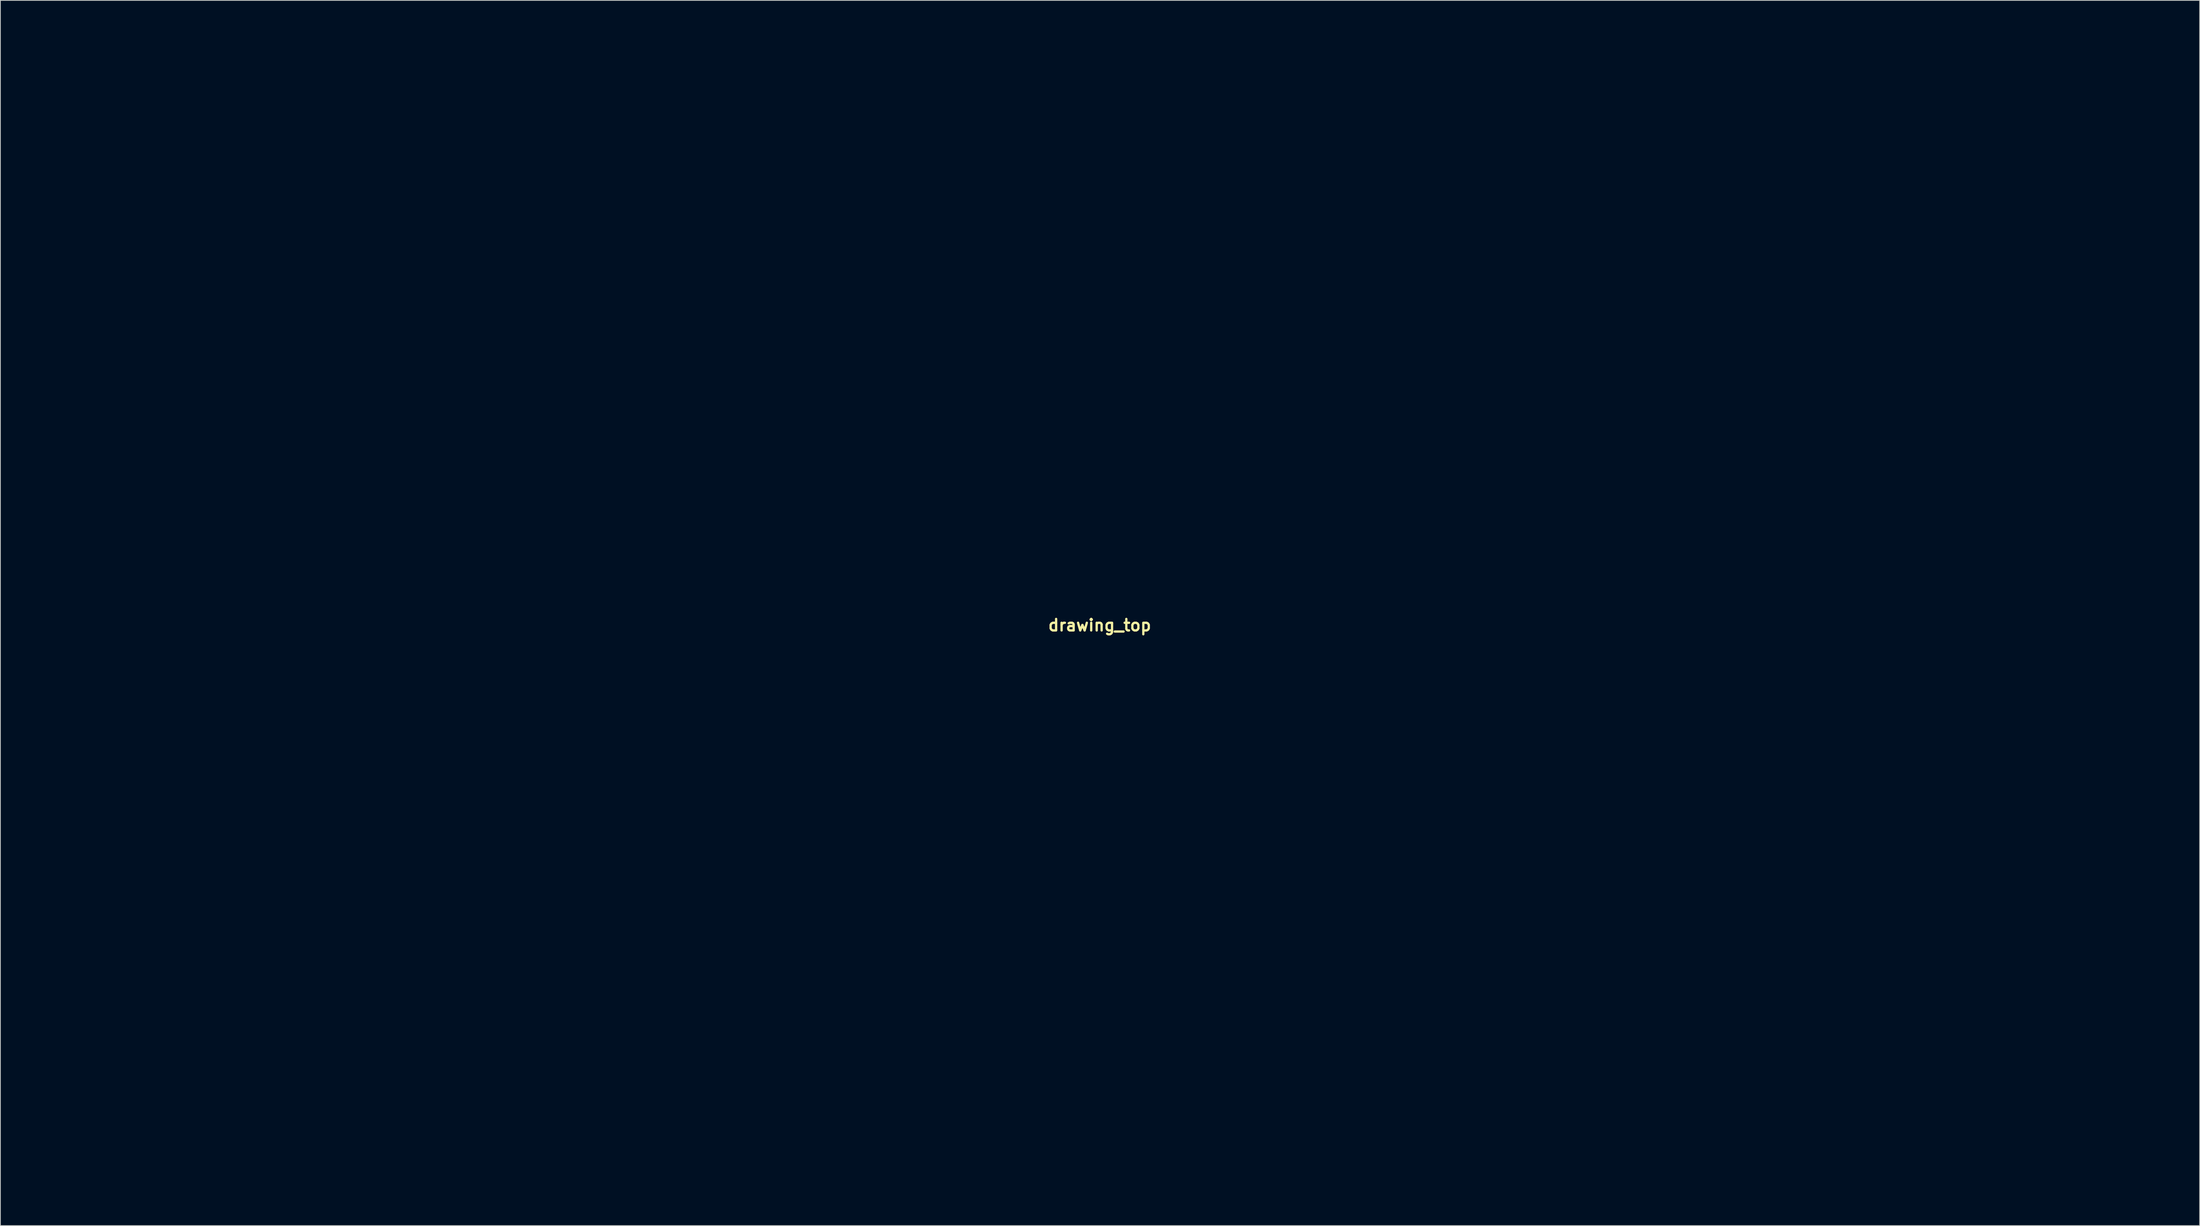
<source format=kicad_pcb>
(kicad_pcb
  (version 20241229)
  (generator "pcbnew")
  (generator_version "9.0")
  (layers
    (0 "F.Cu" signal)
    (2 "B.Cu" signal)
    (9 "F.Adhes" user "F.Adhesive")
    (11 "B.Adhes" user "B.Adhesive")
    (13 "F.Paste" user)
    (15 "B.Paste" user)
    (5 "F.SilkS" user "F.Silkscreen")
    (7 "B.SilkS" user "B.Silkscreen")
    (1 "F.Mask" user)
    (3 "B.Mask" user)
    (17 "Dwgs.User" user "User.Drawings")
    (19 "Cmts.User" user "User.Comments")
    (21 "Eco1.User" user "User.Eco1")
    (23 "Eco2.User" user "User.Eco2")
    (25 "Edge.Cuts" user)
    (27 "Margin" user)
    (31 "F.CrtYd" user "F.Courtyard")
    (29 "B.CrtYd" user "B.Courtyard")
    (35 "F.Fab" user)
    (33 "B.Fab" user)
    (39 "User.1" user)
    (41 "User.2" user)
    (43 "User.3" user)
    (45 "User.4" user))
  (footprint "drawing_top"
    (layer "F.Cu")
    (at 140.168 78.422)
    (property "Reference" "drawing_top" (at 0 0 0) (layer "F.SilkS") (effects (font (size 1.5 1.5) (thickness 0.3))))
    (attr board_only exclude_from_pos_files exclude_from_bom)
    (fp_poly (pts (xy -80.879 -62.038) (xy -80.921 -61.996) (xy -80.963 -62.038) (xy -80.921 -62.08)) (stroke (width 0.1) (type solid)) (fill no) (layer "Eco2.User"))
    (fp_poly (pts (xy -75.364 -63.208) (xy -75.406 -63.166) (xy -75.448 -63.208) (xy -75.406 -63.249)) (stroke (width 0.1) (type solid)) (fill no) (layer "Eco2.User"))
    (fp_poly (pts (xy -55.813 -61.871) (xy -55.855 -61.829) (xy -55.897 -61.871) (xy -55.855 -61.913)) (stroke (width 0.1) (type solid)) (fill no) (layer "Eco2.User"))
    (fp_poly (pts (xy -54.643 -62.372) (xy -54.685 -62.33) (xy -54.727 -62.372) (xy -54.685 -62.414)) (stroke (width 0.1) (type solid)) (fill no) (layer "Eco2.User"))
    (fp_poly (pts (xy -42.278 -64.879) (xy -42.319 -64.837) (xy -42.361 -64.879) (xy -42.319 -64.92)) (stroke (width 0.1) (type solid)) (fill no) (layer "Eco2.User"))
    (fp_poly (pts (xy -24.899 -66.048) (xy -24.94 -66.007) (xy -24.982 -66.048) (xy -24.94 -66.09)) (stroke (width 0.1) (type solid)) (fill no) (layer "Eco2.User"))
    (fp_poly (pts (xy -22.141 -73.902) (xy -22.183 -73.861) (xy -22.225 -73.902) (xy -22.183 -73.944)) (stroke (width 0.1) (type solid)) (fill no) (layer "Eco2.User"))
    (fp_poly (pts (xy -19.05 -66.8) (xy -19.092 -66.759) (xy -19.134 -66.8) (xy -19.092 -66.842)) (stroke (width 0.1) (type solid)) (fill no) (layer "Eco2.User"))
    (fp_poly (pts (xy -9.943 -62.706) (xy -9.985 -62.664) (xy -10.026 -62.706) (xy -9.985 -62.748)) (stroke (width 0.1) (type solid)) (fill no) (layer "Eco2.User"))
    (fp_poly (pts (xy -9.609 -62.79) (xy -9.65 -62.748) (xy -9.692 -62.79) (xy -9.65 -62.832)) (stroke (width 0.1) (type solid)) (fill no) (layer "Eco2.User"))
    (fp_poly (pts (xy -9.274 -63.04) (xy -9.316 -62.999) (xy -9.358 -63.04) (xy -9.316 -63.082)) (stroke (width 0.1) (type solid)) (fill no) (layer "Eco2.User"))
    (fp_poly (pts (xy -9.191 -63.208) (xy -9.233 -63.166) (xy -9.274 -63.208) (xy -9.233 -63.249)) (stroke (width 0.1) (type solid)) (fill no) (layer "Eco2.User"))
    (fp_poly (pts (xy -8.857 -62.539) (xy -8.898 -62.497) (xy -8.94 -62.539) (xy -8.898 -62.581)) (stroke (width 0.1) (type solid)) (fill no) (layer "Eco2.User"))
    (fp_poly (pts (xy -8.522 -62.873) (xy -8.564 -62.832) (xy -8.606 -62.873) (xy -8.564 -62.915)) (stroke (width 0.1) (type solid)) (fill no) (layer "Eco2.User"))
    (fp_poly (pts (xy 3.76 -64.377) (xy 3.718 -64.336) (xy 3.676 -64.377) (xy 3.718 -64.419)) (stroke (width 0.1) (type solid)) (fill no) (layer "Eco2.User"))
    (fp_poly (pts (xy 6.434 -42.319) (xy 6.392 -42.278) (xy 6.35 -42.319) (xy 6.392 -42.361)) (stroke (width 0.1) (type solid)) (fill no) (layer "Eco2.User"))
    (fp_poly (pts (xy 10.862 -60.785) (xy 10.82 -60.743) (xy 10.778 -60.785) (xy 10.82 -60.826)) (stroke (width 0.1) (type solid)) (fill no) (layer "Eco2.User"))
    (fp_poly (pts (xy 17.379 -17.087) (xy 17.337 -17.045) (xy 17.295 -17.087) (xy 17.337 -17.128)) (stroke (width 0.1) (type solid)) (fill no) (layer "Eco2.User"))
    (fp_poly (pts (xy 20.972 -18.34) (xy 20.93 -18.298) (xy 20.888 -18.34) (xy 20.93 -18.382)) (stroke (width 0.1) (type solid)) (fill no) (layer "Eco2.User"))
    (fp_poly (pts (xy 22.559 -75.573) (xy 22.517 -75.532) (xy 22.476 -75.573) (xy 22.517 -75.615)) (stroke (width 0.1) (type solid)) (fill no) (layer "Eco2.User"))
    (fp_poly (pts (xy 25.149 -75.573) (xy 25.108 -75.532) (xy 25.066 -75.573) (xy 25.108 -75.615)) (stroke (width 0.1) (type solid)) (fill no) (layer "Eco2.User"))
    (fp_poly (pts (xy 25.734 -74.069) (xy 25.692 -74.028) (xy 25.651 -74.069) (xy 25.692 -74.111)) (stroke (width 0.1) (type solid)) (fill no) (layer "Eco2.User"))
    (fp_poly (pts (xy 25.985 -73.902) (xy 25.943 -73.861) (xy 25.901 -73.902) (xy 25.943 -73.944)) (stroke (width 0.1) (type solid)) (fill no) (layer "Eco2.User"))
    (fp_poly (pts (xy 26.068 -75.49) (xy 26.027 -75.448) (xy 25.985 -75.49) (xy 26.027 -75.532)) (stroke (width 0.1) (type solid)) (fill no) (layer "Eco2.User"))
    (fp_poly (pts (xy 26.319 -74.153) (xy 26.277 -74.111) (xy 26.236 -74.153) (xy 26.277 -74.195)) (stroke (width 0.1) (type solid)) (fill no) (layer "Eco2.User"))
    (fp_poly (pts (xy 27.405 -17.087) (xy 27.363 -17.045) (xy 27.322 -17.087) (xy 27.363 -17.128)) (stroke (width 0.1) (type solid)) (fill no) (layer "Eco2.User"))
    (fp_poly (pts (xy 34.257 -76.492) (xy 34.215 -76.451) (xy 34.173 -76.492) (xy 34.215 -76.534)) (stroke (width 0.1) (type solid)) (fill no) (layer "Eco2.User"))
    (fp_poly (pts (xy 35.593 -17.588) (xy 35.552 -17.546) (xy 35.51 -17.588) (xy 35.552 -17.63)) (stroke (width 0.1) (type solid)) (fill no) (layer "Eco2.User"))
    (fp_poly (pts (xy 40.857 -72.9) (xy 40.815 -72.858) (xy 40.774 -72.9) (xy 40.815 -72.941)) (stroke (width 0.1) (type solid)) (fill no) (layer "Eco2.User"))
    (fp_poly (pts (xy 40.941 -74.988) (xy 40.899 -74.947) (xy 40.857 -74.988) (xy 40.899 -75.03)) (stroke (width 0.1) (type solid)) (fill no) (layer "Eco2.User"))
    (fp_poly (pts (xy 42.612 -77.244) (xy 42.57 -77.203) (xy 42.528 -77.244) (xy 42.57 -77.286)) (stroke (width 0.1) (type solid)) (fill no) (layer "Eco2.User"))
    (fp_poly (pts (xy 43.28 -75.657) (xy 43.238 -75.615) (xy 43.197 -75.657) (xy 43.238 -75.699)) (stroke (width 0.1) (type solid)) (fill no) (layer "Eco2.User"))
    (fp_poly (pts (xy 45.62 -77.077) (xy 45.578 -77.036) (xy 45.536 -77.077) (xy 45.578 -77.119)) (stroke (width 0.1) (type solid)) (fill no) (layer "Eco2.User"))
    (fp_poly (pts (xy 46.372 -77.077) (xy 46.33 -77.036) (xy 46.288 -77.077) (xy 46.33 -77.119)) (stroke (width 0.1) (type solid)) (fill no) (layer "Eco2.User"))
    (fp_poly (pts (xy 47.291 -77.161) (xy 47.249 -77.119) (xy 47.207 -77.161) (xy 47.249 -77.203)) (stroke (width 0.1) (type solid)) (fill no) (layer "Eco2.User"))
    (fp_poly (pts (xy 47.625 -77.244) (xy 47.583 -77.203) (xy 47.541 -77.244) (xy 47.583 -77.286)) (stroke (width 0.1) (type solid)) (fill no) (layer "Eco2.User"))
    (fp_poly (pts (xy 48.962 -67.218) (xy 48.92 -67.176) (xy 48.878 -67.218) (xy 48.92 -67.26)) (stroke (width 0.1) (type solid)) (fill no) (layer "Eco2.User"))
    (fp_poly (pts (xy 50.215 -76.994) (xy 50.173 -76.952) (xy 50.132 -76.994) (xy 50.173 -77.036)) (stroke (width 0.1) (type solid)) (fill no) (layer "Eco2.User"))
    (fp_poly (pts (xy 51.886 -77.244) (xy 51.844 -77.203) (xy 51.803 -77.244) (xy 51.844 -77.286)) (stroke (width 0.1) (type solid)) (fill no) (layer "Eco2.User"))
    (fp_poly (pts (xy 52.555 -77.244) (xy 52.513 -77.203) (xy 52.471 -77.244) (xy 52.513 -77.286)) (stroke (width 0.1) (type solid)) (fill no) (layer "Eco2.User"))
    (fp_poly (pts (xy 53.557 -76.409) (xy 53.515 -76.367) (xy 53.474 -76.409) (xy 53.515 -76.451)) (stroke (width 0.1) (type solid)) (fill no) (layer "Eco2.User"))
    (fp_poly (pts (xy 54.894 -76.827) (xy 54.852 -76.785) (xy 54.811 -76.827) (xy 54.852 -76.868)) (stroke (width 0.1) (type solid)) (fill no) (layer "Eco2.User"))
    (fp_poly (pts (xy 55.395 -71.646) (xy 55.354 -71.605) (xy 55.312 -71.646) (xy 55.354 -71.688)) (stroke (width 0.1) (type solid)) (fill no) (layer "Eco2.User"))
    (fp_poly (pts (xy 57.066 -76.91) (xy 57.025 -76.868) (xy 56.983 -76.91) (xy 57.025 -76.952)) (stroke (width 0.1) (type solid)) (fill no) (layer "Eco2.User"))
    (fp_poly (pts (xy 57.651 -71.479) (xy 57.61 -71.438) (xy 57.568 -71.479) (xy 57.61 -71.521)) (stroke (width 0.1) (type solid)) (fill no) (layer "Eco2.User"))
    (fp_poly (pts (xy 57.902 -71.312) (xy 57.86 -71.27) (xy 57.818 -71.312) (xy 57.86 -71.354)) (stroke (width 0.1) (type solid)) (fill no) (layer "Eco2.User"))
    (fp_poly (pts (xy 59.573 -75.072) (xy 59.531 -75.03) (xy 59.489 -75.072) (xy 59.531 -75.114)) (stroke (width 0.1) (type solid)) (fill no) (layer "Eco2.User"))
    (fp_poly (pts (xy 60.492 -76.91) (xy 60.45 -76.868) (xy 60.409 -76.91) (xy 60.45 -76.952)) (stroke (width 0.1) (type solid)) (fill no) (layer "Eco2.User"))
    (fp_poly (pts (xy 67.009 -58.362) (xy 66.967 -58.32) (xy 66.926 -58.362) (xy 66.967 -58.403)) (stroke (width 0.1) (type solid)) (fill no) (layer "Eco2.User"))
    (fp_poly (pts (xy 75.949 -67.135) (xy 75.908 -67.093) (xy 75.866 -67.135) (xy 75.908 -67.176)) (stroke (width 0.1) (type solid)) (fill no) (layer "Eco2.User"))
    (fp_poly (pts (xy 76.2 -72.565) (xy 76.158 -72.524) (xy 76.116 -72.565) (xy 76.158 -72.607)) (stroke (width 0.1) (type solid)) (fill no) (layer "Eco2.User"))
    (fp_poly (pts (xy 81.213 -77.077) (xy 81.171 -77.036) (xy 81.13 -77.077) (xy 81.171 -77.119)) (stroke (width 0.1) (type solid)) (fill no) (layer "Eco2.User"))
    (fp_poly (pts (xy 83.302 -73.652) (xy 83.26 -73.61) (xy 83.218 -73.652) (xy 83.26 -73.693)) (stroke (width 0.1) (type solid)) (fill no) (layer "Eco2.User"))
    (fp_poly (pts (xy 83.97 -62.288) (xy 83.929 -62.247) (xy 83.887 -62.288) (xy 83.929 -62.33)) (stroke (width 0.1) (type solid)) (fill no) (layer "Eco2.User"))
    (fp_poly (pts (xy 86.728 -64.294) (xy 86.686 -64.252) (xy 86.644 -64.294) (xy 86.686 -64.336)) (stroke (width 0.1) (type solid)) (fill no) (layer "Eco2.User"))
    (fp_poly (pts (xy 91.908 -73.735) (xy 91.866 -73.693) (xy 91.824 -73.735) (xy 91.866 -73.777)) (stroke (width 0.1) (type solid)) (fill no) (layer "Eco2.User"))
    (fp_poly (pts (xy 91.908 -73.485) (xy 91.866 -73.443) (xy 91.824 -73.485) (xy 91.866 -73.526)) (stroke (width 0.1) (type solid)) (fill no) (layer "Eco2.User"))
    (fp_poly (pts (xy 91.908 -66.967) (xy 91.866 -66.926) (xy 91.824 -66.967) (xy 91.866 -67.009)) (stroke (width 0.1) (type solid)) (fill no) (layer "Eco2.User"))
    (fp_poly (pts (xy 92.576 -73.819) (xy 92.535 -73.777) (xy 92.493 -73.819) (xy 92.535 -73.861)) (stroke (width 0.1) (type solid)) (fill no) (layer "Eco2.User"))
    (fp_poly (pts (xy 95.751 -77.077) (xy 95.71 -77.036) (xy 95.668 -77.077) (xy 95.71 -77.119)) (stroke (width 0.1) (type solid)) (fill no) (layer "Eco2.User"))
    (fp_poly (pts (xy 95.835 -71.73) (xy 95.793 -71.688) (xy 95.751 -71.73) (xy 95.793 -71.772)) (stroke (width 0.1) (type solid)) (fill no) (layer "Eco2.User"))
    (fp_poly (pts (xy 96.42 -76.91) (xy 96.378 -76.868) (xy 96.336 -76.91) (xy 96.378 -76.952)) (stroke (width 0.1) (type solid)) (fill no) (layer "Eco2.User"))
    (fp_poly (pts (xy 96.587 -77.077) (xy 96.545 -77.036) (xy 96.503 -77.077) (xy 96.545 -77.119)) (stroke (width 0.1) (type solid)) (fill no) (layer "Eco2.User"))
    (fp_poly (pts (xy 96.754 -72.064) (xy 96.712 -72.022) (xy 96.67 -72.064) (xy 96.712 -72.106)) (stroke (width 0.1) (type solid)) (fill no) (layer "Eco2.User"))
    (fp_poly (pts (xy 97.005 -76.91) (xy 96.963 -76.868) (xy 96.921 -76.91) (xy 96.963 -76.952)) (stroke (width 0.1) (type solid)) (fill no) (layer "Eco2.User"))
    (fp_poly (pts (xy 97.255 -77.077) (xy 97.213 -77.036) (xy 97.172 -77.077) (xy 97.213 -77.119)) (stroke (width 0.1) (type solid)) (fill no) (layer "Eco2.User"))
    (fp_poly (pts (xy 97.589 -72.398) (xy 97.548 -72.357) (xy 97.506 -72.398) (xy 97.548 -72.44)) (stroke (width 0.1) (type solid)) (fill no) (layer "Eco2.User"))
    (fp_poly (pts (xy 127 17.17) (xy 126.958 17.212) (xy 126.916 17.17) (xy 126.958 17.128)) (stroke (width 0.1) (type solid)) (fill no) (layer "Eco2.User"))
    (fp_poly (pts (xy 131.762 13.494) (xy 131.721 13.536) (xy 131.679 13.494) (xy 131.721 13.452)) (stroke (width 0.1) (type solid)) (fill no) (layer "Eco2.User"))
    (fp_poly (pts (xy 132.264 16.836) (xy 132.222 16.878) (xy 132.18 16.836) (xy 132.222 16.794)) (stroke (width 0.1) (type solid)) (fill no) (layer "Eco2.User"))
    (fp_poly (pts (xy 132.932 13.828) (xy 132.89 13.87) (xy 132.849 13.828) (xy 132.89 13.786)) (stroke (width 0.1) (type solid)) (fill no) (layer "Eco2.User"))
    (fp_poly (pts (xy 132.932 14.329) (xy 132.89 14.371) (xy 132.849 14.329) (xy 132.89 14.287)) (stroke (width 0.1) (type solid)) (fill no) (layer "Eco2.User"))
    (fp_poly (pts (xy 134.353 74.821) (xy 134.311 74.863) (xy 134.269 74.821) (xy 134.311 74.78)) (stroke (width 0.1) (type solid)) (fill no) (layer "Eco2.User"))
    (fp_poly (pts (xy 137.026 71.062) (xy 136.985 71.103) (xy 136.943 71.062) (xy 136.985 71.02)) (stroke (width 0.1) (type solid)) (fill no) (layer "Eco2.User"))
    (fp_poly (pts (xy 137.026 74.404) (xy 136.985 74.445) (xy 136.943 74.404) (xy 136.985 74.362)) (stroke (width 0.1) (type solid)) (fill no) (layer "Eco2.User"))
    (fp_poly (pts (xy -136.971 73.888) (xy -136.961 73.988) (xy -136.971 74) (xy -137.02 73.988) (xy -137.026 73.944) (xy -136.996 73.875)) (stroke (width 0.1) (type solid)) (fill no) (layer "Eco2.User"))
    (fp_poly (pts (xy -132.96 73.888) (xy -132.95 73.988) (xy -132.96 74) (xy -133.01 73.988) (xy -133.016 73.944) (xy -132.985 73.875)) (stroke (width 0.1) (type solid)) (fill no) (layer "Eco2.User"))
    (fp_poly (pts (xy 7.325 -46.511) (xy 7.335 -46.412) (xy 7.325 -46.4) (xy 7.275 -46.411) (xy 7.269 -46.455) (xy 7.3 -46.524)) (stroke (width 0.1) (type solid)) (fill no) (layer "Eco2.User"))
    (fp_poly (pts (xy 45.592 -76.924) (xy 45.602 -76.825) (xy 45.592 -76.813) (xy 45.542 -76.824) (xy 45.536 -76.868) (xy 45.567 -76.937)) (stroke (width 0.1) (type solid)) (fill no) (layer "Eco2.User"))
    (fp_poly (pts (xy 53.195 -76.673) (xy 53.184 -76.624) (xy 53.139 -76.618) (xy 53.071 -76.648) (xy 53.084 -76.673) (xy 53.183 -76.683)) (stroke (width 0.1) (type solid)) (fill no) (layer "Eco2.User"))
    (fp_poly (pts (xy 54.699 -76.924) (xy 54.688 -76.874) (xy 54.643 -76.868) (xy 54.575 -76.899) (xy 54.588 -76.924) (xy 54.687 -76.934)) (stroke (width 0.1) (type solid)) (fill no) (layer "Eco2.User"))
    (fp_poly (pts (xy 61.634 -65.645) (xy 61.644 -65.545) (xy 61.634 -65.533) (xy 61.584 -65.545) (xy 61.578 -65.589) (xy 61.609 -65.658)) (stroke (width 0.1) (type solid)) (fill no) (layer "Eco2.User"))
    (fp_poly (pts (xy 77.342 -55.451) (xy 77.33 -55.401) (xy 77.286 -55.395) (xy 77.217 -55.426) (xy 77.23 -55.451) (xy 77.33 -55.461)) (stroke (width 0.1) (type solid)) (fill no) (layer "Eco2.User"))
    (fp_poly (pts (xy 81.77 -61.801) (xy 81.759 -61.751) (xy 81.714 -61.745) (xy 81.646 -61.776) (xy 81.659 -61.801) (xy 81.758 -61.811)) (stroke (width 0.1) (type solid)) (fill no) (layer "Eco2.User"))
    (fp_poly (pts (xy 91.964 -74.418) (xy 91.974 -74.318) (xy 91.964 -74.306) (xy 91.914 -74.318) (xy 91.908 -74.362) (xy 91.938 -74.431)) (stroke (width 0.1) (type solid)) (fill no) (layer "Eco2.User"))
    (fp_poly (pts (xy 92.548 -74.334) (xy 92.558 -74.235) (xy 92.548 -74.223) (xy 92.499 -74.234) (xy 92.493 -74.278) (xy 92.523 -74.347)) (stroke (width 0.1) (type solid)) (fill no) (layer "Eco2.User"))
    (fp_poly (pts (xy 105.666 -74.668) (xy 105.676 -74.569) (xy 105.666 -74.557) (xy 105.617 -74.568) (xy 105.611 -74.612) (xy 105.641 -74.681)) (stroke (width 0.1) (type solid)) (fill no) (layer "Eco2.User"))
    (fp_poly (pts (xy 137.166 70.797) (xy 137.176 70.896) (xy 137.166 70.908) (xy 137.116 70.897) (xy 137.11 70.853) (xy 137.14 70.784)) (stroke (width 0.1) (type solid)) (fill no) (layer "Eco2.User"))
    (fp_poly (pts (xy 137.583 71.883) (xy 137.593 71.982) (xy 137.583 71.995) (xy 137.534 71.983) (xy 137.528 71.939) (xy 137.558 71.87)) (stroke (width 0.1) (type solid)) (fill no) (layer "Eco2.User"))
    (fp_poly (pts (xy 137.834 50.577) (xy 137.844 50.676) (xy 137.834 50.689) (xy 137.784 50.677) (xy 137.778 50.633) (xy 137.809 50.564)) (stroke (width 0.1) (type solid)) (fill no) (layer "Eco2.User"))
    (fp_poly (pts (xy 137.834 74.39) (xy 137.844 74.489) (xy 137.834 74.501) (xy 137.784 74.49) (xy 137.778 74.445) (xy 137.809 74.377)) (stroke (width 0.1) (type solid)) (fill no) (layer "Eco2.User"))
    (fp_poly (pts (xy 83.874 -61.21) (xy 83.963 -61.133) (xy 83.97 -61.114) (xy 83.931 -61.079) (xy 83.848 -61.156) (xy 83.837 -61.173) (xy 83.827 -61.231)) (stroke (width 0.1) (type solid)) (fill no) (layer "Eco2.User"))
    (fp_poly (pts (xy 132.763 13.513) (xy 132.794 13.574) (xy 132.815 13.691) (xy 132.759 13.669) (xy 132.72 13.614) (xy 132.694 13.504) (xy 132.705 13.485)) (stroke (width 0.1) (type solid)) (fill no) (layer "Eco2.User"))
    (fp_poly (pts (xy -136.776 16.167) (xy -136.776 17.546) (xy -138.447 17.546) (xy -140.118 17.546) (xy -140.118 16.167) (xy -140.118 14.789) (xy -138.447 14.789) (xy -136.776 14.789)) (stroke (width 0.1) (type solid)) (fill no) (layer "Eco2.User"))
    (fp_poly (pts (xy -136.609 34.298) (xy -136.609 35.593) (xy -138.363 35.593) (xy -140.118 35.593) (xy -140.118 34.298) (xy -140.118 33.003) (xy -138.363 33.003) (xy -136.609 33.003)) (stroke (width 0.1) (type solid)) (fill no) (layer "Eco2.User"))
    (fp_poly (pts (xy -8.686 -62.599) (xy -8.659 -62.539) (xy -8.658 -62.432) (xy -8.692 -62.414) (xy -8.764 -62.482) (xy -8.773 -62.539) (xy -8.755 -62.651) (xy -8.74 -62.664)) (stroke (width 0.1) (type solid)) (fill no) (layer "Eco2.User"))
    (fp_poly (pts (xy 4.511 -67.864) (xy 4.512 -67.845) (xy 4.448 -67.764) (xy 4.423 -67.761) (xy 4.373 -67.812) (xy 4.387 -67.845) (xy 4.462 -67.924) (xy 4.475 -67.928)) (stroke (width 0.1) (type solid)) (fill no) (layer "Eco2.User"))
    (fp_poly (pts (xy 26.642 -14.599) (xy 26.632 -14.482) (xy 26.597 -14.375) (xy 26.555 -14.424) (xy 26.531 -14.479) (xy 26.5 -14.626) (xy 26.518 -14.681) (xy 26.6 -14.7)) (stroke (width 0.1) (type solid)) (fill no) (layer "Eco2.User"))
    (fp_poly (pts (xy 27.209 -75.397) (xy 27.196 -75.364) (xy 27.121 -75.285) (xy 27.108 -75.281) (xy 27.072 -75.346) (xy 27.071 -75.364) (xy 27.135 -75.445) (xy 27.16 -75.448)) (stroke (width 0.1) (type solid)) (fill no) (layer "Eco2.User"))
    (fp_poly (pts (xy 70.683 -74.8) (xy 70.686 -74.78) (xy 70.622 -74.698) (xy 70.602 -74.696) (xy 70.521 -74.76) (xy 70.518 -74.78) (xy 70.582 -74.861) (xy 70.602 -74.863)) (stroke (width 0.1) (type solid)) (fill no) (layer "Eco2.User"))
    (fp_poly (pts (xy 140.201 31.165) (xy 140.201 42.695) (xy 132.64 42.695) (xy 125.078 42.695) (xy 125.078 31.165) (xy 125.078 19.635) (xy 132.64 19.635) (xy 140.201 19.635)) (stroke (width 0.1) (type solid)) (fill no) (layer "Eco2.User"))
    (fp_poly (pts (xy 17.516 -17.838) (xy 17.729 -17.699) (xy 17.539 -17.497) (xy 17.293 -17.329) (xy 17.032 -17.31) (xy 16.889 -17.37) (xy 16.82 -17.446) (xy 16.841 -17.571) (xy 16.89 -17.681) (xy 17.052 -17.893) (xy 17.261 -17.944)) (stroke (width 0.1) (type solid)) (fill no) (layer "Eco2.User"))
    (fp_poly (pts (xy 88.511 -61.931) (xy 88.521 -61.784) (xy 88.481 -61.623) (xy 88.402 -61.52) (xy 88.378 -61.511) (xy 88.234 -61.534) (xy 88.195 -61.57) (xy 88.195 -61.701) (xy 88.276 -61.863) (xy 88.39 -61.98) (xy 88.442 -61.996)) (stroke (width 0.1) (type solid)) (fill no) (layer "Eco2.User"))
    (fp_poly (pts (xy 96.425 -72.398) (xy 96.481 -72.202) (xy 96.464 -72.032) (xy 96.362 -71.827) (xy 96.198 -71.77) (xy 96.001 -71.869) (xy 95.974 -71.896) (xy 95.887 -72.081) (xy 95.945 -72.281) (xy 96.101 -72.431) (xy 96.29 -72.483)) (stroke (width 0.1) (type solid)) (fill no) (layer "Eco2.User"))
    (fp_poly (pts (xy -108.368 -69.683) (xy -108.368 -60.993) (xy -103.271 -60.993) (xy -98.174 -60.993) (xy -98.174 -25.985) (xy -98.174 9.024) (xy -119.146 9.024) (xy -140.118 9.024) (xy -140.118 -34.674) (xy -140.118 -78.372) (xy -124.243 -78.372) (xy -108.368 -78.372)) (stroke (width 0.1) (type solid)) (fill no) (layer "Eco2.User"))
    (fp_poly (pts (xy 22.476 -17.821) (xy 22.508 -17.776) (xy 22.55 -17.589) (xy 22.465 -17.43) (xy 22.293 -17.33) (xy 22.073 -17.324) (xy 21.995 -17.349) (xy 21.913 -17.458) (xy 21.891 -17.585) (xy 21.953 -17.806) (xy 22.106 -17.929) (xy 22.297 -17.94)) (stroke (width 0.1) (type solid)) (fill no) (layer "Eco2.User"))
    (fp_poly (pts (xy 27.416 -17.939) (xy 27.468 -17.913) (xy 27.618 -17.744) (xy 27.635 -17.552) (xy 27.534 -17.388) (xy 27.331 -17.3) (xy 27.267 -17.295) (xy 27.094 -17.34) (xy 27.02 -17.416) (xy 26.996 -17.64) (xy 27.079 -17.829) (xy 27.231 -17.942)) (stroke (width 0.1) (type solid)) (fill no) (layer "Eco2.User"))
    (fp_poly (pts (xy 32.398 -17.913) (xy 32.54 -17.749) (xy 32.562 -17.555) (xy 32.477 -17.386) (xy 32.298 -17.298) (xy 32.251 -17.295) (xy 32.075 -17.356) (xy 32.004 -17.417) (xy 31.931 -17.603) (xy 31.976 -17.785) (xy 32.105 -17.917) (xy 32.281 -17.956)) (stroke (width 0.1) (type solid)) (fill no) (layer "Eco2.User"))
    (fp_poly (pts (xy 48.373 -71.075) (xy 48.423 -70.893) (xy 48.399 -70.616) (xy 48.279 -70.432) (xy 48.101 -70.359) (xy 47.899 -70.418) (xy 47.771 -70.537) (xy 47.637 -70.788) (xy 47.664 -70.998) (xy 47.849 -71.158) (xy 48.001 -71.216) (xy 48.225 -71.217)) (stroke (width 0.1) (type solid)) (fill no) (layer "Eco2.User"))
    (fp_poly (pts (xy -19.889 -65.01) (xy -19.77 -64.837) (xy -19.752 -64.556) (xy -19.766 -64.46) (xy -19.829 -64.251) (xy -19.937 -64.18) (xy -20.127 -64.232) (xy -20.22 -64.276) (xy -20.407 -64.456) (xy -20.456 -64.619) (xy -20.436 -64.866) (xy -20.293 -65.007) (xy -20.098 -65.053)) (stroke (width 0.1) (type solid)) (fill no) (layer "Eco2.User"))
    (fp_poly (pts (xy 48.319 -77.162) (xy 48.424 -76.977) (xy 48.44 -76.738) (xy 48.389 -76.57) (xy 48.239 -76.407) (xy 48.031 -76.372) (xy 47.816 -76.469) (xy 47.763 -76.52) (xy 47.639 -76.737) (xy 47.672 -76.96) (xy 47.778 -77.122) (xy 47.966 -77.263) (xy 48.156 -77.267)) (stroke (width 0.1) (type solid)) (fill no) (layer "Eco2.User"))
    (fp_poly (pts (xy 57.969 -71.087) (xy 58.055 -70.899) (xy 58.055 -70.656) (xy 57.972 -70.44) (xy 57.938 -70.399) (xy 57.82 -70.299) (xy 57.706 -70.285) (xy 57.52 -70.348) (xy 57.508 -70.353) (xy 57.327 -70.503) (xy 57.257 -70.725) (xy 57.312 -70.955) (xy 57.362 -71.023) (xy 57.57 -71.159) (xy 57.802 -71.174)) (stroke (width 0.1) (type solid)) (fill no) (layer "Eco2.User"))
    (fp_poly (pts (xy 101.407 -72.471) (xy 101.409 -72.454) (xy 101.428 -72.282) (xy 101.436 -72.23) (xy 101.429 -71.963) (xy 101.29 -71.785) (xy 101.269 -71.773) (xy 101.143 -71.736) (xy 101.047 -71.81) (xy 100.977 -71.932) (xy 100.898 -72.112) (xy 100.908 -72.223) (xy 100.98 -72.31) (xy 101.189 -72.484) (xy 101.337 -72.54)) (stroke (width 0.1) (type solid)) (fill no) (layer "Eco2.User"))
    (fp_poly (pts (xy -78.225 -75.212) (xy -78.059 -75.037) (xy -77.976 -74.8) (xy -77.985 -74.548) (xy -78.094 -74.327) (xy -78.258 -74.205) (xy -78.413 -74.138) (xy -78.512 -74.134) (xy -78.601 -74.218) (xy -78.728 -74.413) (xy -78.751 -74.45) (xy -78.896 -74.767) (xy -78.903 -75.022) (xy -78.778 -75.198) (xy -78.528 -75.277) (xy -78.466 -75.28)) (stroke (width 0.1) (type solid)) (fill no) (layer "Eco2.User"))
    (fp_poly (pts (xy -55.165 -75.129) (xy -54.998 -74.953) (xy -54.915 -74.717) (xy -54.924 -74.465) (xy -55.034 -74.244) (xy -55.198 -74.121) (xy -55.353 -74.054) (xy -55.451 -74.051) (xy -55.54 -74.134) (xy -55.668 -74.33) (xy -55.691 -74.367) (xy -55.835 -74.683) (xy -55.842 -74.938) (xy -55.717 -75.114) (xy -55.467 -75.193) (xy -55.405 -75.196)) (stroke (width 0.1) (type solid)) (fill no) (layer "Eco2.User"))
    (fp_poly (pts (xy 122.169 61.719) (xy 122.321 61.829) (xy 122.446 62.011) (xy 122.488 62.163) (xy 122.431 62.345) (xy 122.321 62.497) (xy 122.139 62.623) (xy 121.987 62.664) (xy 121.805 62.608) (xy 121.653 62.497) (xy 121.527 62.315) (xy 121.486 62.163) (xy 121.542 61.981) (xy 121.653 61.829) (xy 121.835 61.704) (xy 121.987 61.662)) (stroke (width 0.1) (type solid)) (fill no) (layer "Eco2.User"))
    (fp_poly (pts (xy -11.844 -65.242) (xy -11.646 -65.142) (xy -11.53 -65.087) (xy -11.369 -64.93) (xy -11.308 -64.695) (xy -11.359 -64.445) (xy -11.393 -64.384) (xy -11.594 -64.208) (xy -11.849 -64.17) (xy -12.117 -64.269) (xy -12.244 -64.374) (xy -12.383 -64.542) (xy -12.448 -64.677) (xy -12.448 -64.687) (xy -12.393 -64.989) (xy -12.252 -65.197) (xy -12.054 -65.287)) (stroke (width 0.1) (type solid)) (fill no) (layer "Eco2.User"))
    (fp_poly (pts (xy 68.23 -73.342) (xy 68.458 -73.306) (xy 68.594 -73.218) (xy 68.674 -73.059) (xy 68.711 -72.924) (xy 68.717 -72.748) (xy 68.623 -72.629) (xy 68.413 -72.559) (xy 68.067 -72.531) (xy 67.762 -72.531) (xy 67.096 -72.546) (xy 67.041 -72.84) (xy 67.026 -73.054) (xy 67.091 -73.197) (xy 67.26 -73.284) (xy 67.555 -73.329) (xy 67.873 -73.343)) (stroke (width 0.1) (type solid)) (fill no) (layer "Eco2.User"))
    (fp_poly (pts (xy 103.965 -69.155) (xy 104.061 -69.077) (xy 104.228 -68.836) (xy 104.278 -68.546) (xy 104.219 -68.259) (xy 104.058 -68.027) (xy 103.894 -67.927) (xy 103.732 -67.869) (xy 103.662 -67.85) (xy 103.583 -67.881) (xy 103.465 -67.929) (xy 103.234 -68.099) (xy 103.12 -68.351) (xy 103.129 -68.64) (xy 103.265 -68.925) (xy 103.348 -69.021) (xy 103.574 -69.207) (xy 103.764 -69.25)) (stroke (width 0.1) (type solid)) (fill no) (layer "Eco2.User"))
    (fp_poly (pts (xy 93.906 -69.241) (xy 94.125 -69.09) (xy 94.275 -68.807) (xy 94.287 -68.761) (xy 94.299 -68.53) (xy 94.243 -68.304) (xy 94.139 -68.141) (xy 94.041 -68.095) (xy 93.928 -68.051) (xy 93.913 -68.012) (xy 93.847 -67.942) (xy 93.686 -67.943) (xy 93.487 -68.011) (xy 93.454 -68.029) (xy 93.191 -68.248) (xy 93.088 -68.508) (xy 93.148 -68.802) (xy 93.182 -68.868) (xy 93.401 -69.133) (xy 93.654 -69.257)) (stroke (width 0.1) (type solid)) (fill no) (layer "Eco2.User"))
    (fp_poly (pts (xy -80.785 -64.907) (xy -80.731 -64.841) (xy -80.72 -64.679) (xy -80.728 -64.488) (xy -80.76 -64.202) (xy -80.827 -64.061) (xy -80.951 -64.043) (xy -81.109 -64.104) (xy -81.256 -64.238) (xy -81.297 -64.457) (xy -81.288 -64.503) (xy -81.046 -64.503) (xy -81.015 -64.434) (xy -80.99 -64.447) (xy -80.98 -64.546) (xy -80.99 -64.558) (xy -81.04 -64.547) (xy -81.046 -64.503) (xy -81.288 -64.503) (xy -81.244 -64.736) (xy -81.085 -64.888) (xy -80.9 -64.92)) (stroke (width 0.1) (type solid)) (fill no) (layer "Eco2.User"))
    (fp_poly (pts (xy -57.414 -65.031) (xy -57.287 -64.865) (xy -57.267 -64.615) (xy -57.343 -64.375) (xy -57.46 -64.179) (xy -57.601 -64.098) (xy -57.772 -64.085) (xy -58.016 -64.124) (xy -58.155 -64.257) (xy -58.157 -64.26) (xy -58.195 -64.485) (xy -58.134 -64.712) (xy -57.651 -64.712) (xy -57.61 -64.67) (xy -57.568 -64.712) (xy -57.61 -64.753) (xy -57.651 -64.712) (xy -58.134 -64.712) (xy -58.126 -64.74) (xy -57.976 -64.95) (xy -57.896 -65.007) (xy -57.625 -65.087)) (stroke (width 0.1) (type solid)) (fill no) (layer "Eco2.User"))
    (fp_poly (pts (xy 66.243 -73.557) (xy 66.279 -73.335) (xy 66.289 -73.161) (xy 66.308 -72.921) (xy 66.344 -72.756) (xy 66.362 -72.726) (xy 66.422 -72.606) (xy 66.376 -72.528) (xy 66.346 -72.524) (xy 66.261 -72.592) (xy 66.218 -72.684) (xy 66.197 -72.884) (xy 66.218 -73.081) (xy 66.247 -73.239) (xy 66.22 -73.251) (xy 66.136 -73.153) (xy 66.051 -73.057) (xy 66.027 -73.081) (xy 66.052 -73.244) (xy 66.059 -73.278) (xy 66.125 -73.533) (xy 66.189 -73.624)) (stroke (width 0.1) (type solid)) (fill no) (layer "Eco2.User"))
    (fp_poly (pts (xy 83.636 -73.068) (xy 83.663 -72.858) (xy 83.735 -72.768) (xy 83.741 -72.768) (xy 83.747 -72.734) (xy 83.629 -72.661) (xy 83.594 -72.644) (xy 83.344 -72.575) (xy 83.006 -72.541) (xy 82.637 -72.541) (xy 82.296 -72.575) (xy 82.042 -72.641) (xy 81.985 -72.671) (xy 81.84 -72.843) (xy 81.802 -73.054) (xy 81.88 -73.237) (xy 81.902 -73.257) (xy 82.027 -73.295) (xy 82.277 -73.326) (xy 82.609 -73.347) (xy 82.822 -73.353) (xy 83.636 -73.362)) (stroke (width 0.1) (type solid)) (fill no) (layer "Eco2.User"))
    (fp_poly (pts (xy -73.192 -64.753) (xy -73.039 -64.518) (xy -73.043 -64.299) (xy -73.196 -64.128) (xy -73.379 -64.055) (xy -73.606 -64.052) (xy -73.776 -64.167) (xy -73.919 -64.361) (xy -73.918 -64.493) (xy -73.599 -64.493) (xy -73.572 -64.425) (xy -73.45 -64.339) (xy -73.327 -64.405) (xy -73.317 -64.42) (xy -73.336 -64.515) (xy -73.399 -64.555) (xy -73.551 -64.572) (xy -73.599 -64.493) (xy -73.918 -64.493) (xy -73.918 -64.549) (xy -73.814 -64.735) (xy -73.624 -64.893) (xy -73.402 -64.893)) (stroke (width 0.1) (type solid)) (fill no) (layer "Eco2.User"))
    (fp_poly (pts (xy -54.998 -62.513) (xy -54.854 -62.345) (xy -54.81 -62.127) (xy -54.881 -61.91) (xy -54.996 -61.792) (xy -55.265 -61.672) (xy -55.499 -61.716) (xy -55.598 -61.793) (xy -55.723 -62.014) (xy -55.722 -62.043) (xy -55.395 -62.043) (xy -55.368 -61.922) (xy -55.296 -61.958) (xy -55.274 -61.99) (xy -55.284 -62.098) (xy -55.31 -62.121) (xy -55.383 -62.102) (xy -55.395 -62.043) (xy -55.722 -62.043) (xy -55.712 -62.246) (xy -55.585 -62.444) (xy -55.364 -62.564) (xy -55.225 -62.581)) (stroke (width 0.1) (type solid)) (fill no) (layer "Eco2.User"))
    (fp_poly (pts (xy 61.603 -65.202) (xy 61.849 -65.186) (xy 62.018 -65.157) (xy 62.055 -65.14) (xy 62.075 -65.04) (xy 62.086 -64.816) (xy 62.09 -64.513) (xy 62.087 -64.173) (xy 62.078 -63.84) (xy 62.063 -63.557) (xy 62.043 -63.369) (xy 62.029 -63.319) (xy 61.974 -63.266) (xy 61.869 -63.271) (xy 61.702 -63.32) (xy 61.503 -63.412) (xy 61.344 -63.51) (xy 61.255 -63.585) (xy 61.201 -63.681) (xy 61.175 -63.835) (xy 61.17 -64.084) (xy 61.178 -64.429) (xy 61.202 -65.213)) (stroke (width 0.1) (type solid)) (fill no) (layer "Eco2.User"))
    (fp_poly (pts (xy -50.168 -60.124) (xy -49.979 -60.004) (xy -49.841 -59.814) (xy -49.797 -59.618) (xy -49.867 -59.419) (xy -50.04 -59.264) (xy -50.263 -59.177) (xy -50.481 -59.18) (xy -50.623 -59.269) (xy -50.671 -59.43) (xy -50.662 -59.652) (xy -50.299 -59.652) (xy -50.268 -59.535) (xy -50.219 -59.529) (xy -50.173 -59.638) (xy -50.186 -59.701) (xy -50.251 -59.815) (xy -50.291 -59.766) (xy -50.299 -59.652) (xy -50.662 -59.652) (xy -50.661 -59.669) (xy -50.602 -59.911) (xy -50.527 -60.053) (xy -50.365 -60.149)) (stroke (width 0.1) (type solid)) (fill no) (layer "Eco2.User"))
    (fp_poly (pts (xy -22.306 -75.079) (xy -22.17 -74.984) (xy -21.952 -74.749) (xy -21.899 -74.503) (xy -22.007 -74.257) (xy -22.197 -74.132) (xy -22.452 -74.137) (xy -22.734 -74.271) (xy -22.773 -74.299) (xy -22.972 -74.482) (xy -23.035 -74.652) (xy -23.03 -74.668) (xy -22.531 -74.668) (xy -22.52 -74.619) (xy -22.476 -74.612) (xy -22.407 -74.643) (xy -22.42 -74.668) (xy -22.519 -74.678) (xy -22.531 -74.668) (xy -23.03 -74.668) (xy -22.974 -74.867) (xy -22.934 -74.949) (xy -22.775 -75.144) (xy -22.569 -75.187)) (stroke (width 0.1) (type solid)) (fill no) (layer "Eco2.User"))
    (fp_poly (pts (xy -9.221 -75.187) (xy -9.197 -75.175) (xy -9.005 -74.995) (xy -8.917 -74.74) (xy -8.937 -74.467) (xy -9.067 -74.236) (xy -9.141 -74.175) (xy -9.235 -74.124) (xy -9.332 -74.131) (xy -9.495 -74.206) (xy -9.559 -74.239) (xy -9.86 -74.457) (xy -10.006 -74.722) (xy -10.008 -74.738) (xy -9.525 -74.738) (xy -9.483 -74.696) (xy -9.441 -74.738) (xy -9.483 -74.78) (xy -9.525 -74.738) (xy -10.008 -74.738) (xy -10.024 -74.867) (xy -9.962 -75.11) (xy -9.789 -75.252) (xy -9.532 -75.281)) (stroke (width 0.1) (type solid)) (fill no) (layer "Eco2.User"))
    (fp_poly (pts (xy -103.01 -74.06) (xy -102.77 -73.976) (xy -102.422 -73.765) (xy -102.2 -73.48) (xy -102.099 -73.154) (xy -102.113 -72.816) (xy -102.238 -72.498) (xy -102.468 -72.23) (xy -102.798 -72.043) (xy -103.111 -71.974) (xy -103.327 -71.97) (xy -103.461 -72.001) (xy -103.475 -72.014) (xy -103.581 -72.081) (xy -103.75 -72.131) (xy -103.997 -72.26) (xy -104.159 -72.523) (xy -104.23 -72.906) (xy -104.231 -73.093) (xy -104.202 -73.387) (xy -104.122 -73.595) (xy -103.96 -73.798) (xy -103.935 -73.824) (xy -103.664 -74.034) (xy -103.367 -74.111)) (stroke (width 0.1) (type solid)) (fill no) (layer "Eco2.User"))
    (fp_poly (pts (xy -68.369 -62.368) (xy -68.237 -62.281) (xy -68.061 -62.116) (xy -68.033 -61.957) (xy -68.148 -61.759) (xy -68.194 -61.704) (xy -68.412 -61.54) (xy -68.64 -61.503) (xy -68.83 -61.6) (xy -68.843 -61.615) (xy -68.923 -61.828) (xy -68.902 -61.961) (xy -68.597 -61.961) (xy -68.529 -61.846) (xy -68.464 -61.829) (xy -68.367 -61.878) (xy -68.365 -61.928) (xy -68.448 -62.039) (xy -68.548 -62.053) (xy -68.597 -61.961) (xy -68.902 -61.961) (xy -68.884 -62.069) (xy -68.741 -62.273) (xy -68.673 -62.321) (xy -68.505 -62.394)) (stroke (width 0.1) (type solid)) (fill no) (layer "Eco2.User"))
    (fp_poly (pts (xy -42.498 -64.999) (xy -42.445 -64.719) (xy -42.445 -64.712) (xy -42.475 -64.495) (xy -42.545 -64.352) (xy -42.74 -64.261) (xy -42.975 -64.281) (xy -43.149 -64.383) (xy -43.268 -64.59) (xy -43.263 -64.612) (xy -42.921 -64.612) (xy -42.845 -64.586) (xy -42.836 -64.586) (xy -42.692 -64.63) (xy -42.657 -64.664) (xy -42.646 -64.761) (xy -42.73 -64.789) (xy -42.844 -64.731) (xy -42.863 -64.711) (xy -42.921 -64.612) (xy -43.263 -64.612) (xy -43.221 -64.81) (xy -43.079 -64.983) (xy -42.838 -65.141) (xy -42.637 -65.143)) (stroke (width 0.1) (type solid)) (fill no) (layer "Eco2.User"))
    (fp_poly (pts (xy -32.351 -62.605) (xy -32.117 -62.461) (xy -32.071 -62.322) (xy -32.098 -62.116) (xy -32.179 -61.918) (xy -32.271 -61.815) (xy -32.51 -61.748) (xy -32.769 -61.793) (xy -32.94 -61.91) (xy -33.032 -62.07) (xy -33.019 -62.205) (xy -32.669 -62.205) (xy -32.627 -62.101) (xy -32.579 -62.096) (xy -32.493 -62.182) (xy -32.489 -62.205) (xy -32.554 -62.303) (xy -32.579 -62.314) (xy -32.655 -62.274) (xy -32.669 -62.205) (xy -33.019 -62.205) (xy -33.014 -62.26) (xy -32.994 -62.32) (xy -32.845 -62.535) (xy -32.615 -62.632)) (stroke (width 0.1) (type solid)) (fill no) (layer "Eco2.User"))
    (fp_poly (pts (xy -22.316 -62.459) (xy -22.217 -62.364) (xy -22.089 -62.19) (xy -22.08 -62.025) (xy -22.105 -61.94) (xy -22.226 -61.763) (xy -22.439 -61.698) (xy -22.697 -61.722) (xy -22.865 -61.82) (xy -22.935 -61.999) (xy -22.922 -62.112) (xy -22.687 -62.112) (xy -22.679 -62.071) (xy -22.578 -62.007) (xy -22.453 -62.005) (xy -22.392 -62.066) (xy -22.453 -62.189) (xy -22.605 -62.192) (xy -22.609 -62.19) (xy -22.687 -62.112) (xy -22.922 -62.112) (xy -22.911 -62.206) (xy -22.797 -62.39) (xy -22.646 -62.484) (xy -22.459 -62.523)) (stroke (width 0.1) (type solid)) (fill no) (layer "Eco2.User"))
    (fp_poly (pts (xy 3.216 -65.21) (xy 3.417 -65.068) (xy 3.53 -64.825) (xy 3.533 -64.806) (xy 3.515 -64.524) (xy 3.383 -64.337) (xy 3.173 -64.262) (xy 2.922 -64.319) (xy 2.778 -64.414) (xy 2.624 -64.633) (xy 2.615 -64.76) (xy 2.924 -64.76) (xy 2.975 -64.676) (xy 3.151 -64.593) (xy 3.151 -64.593) (xy 3.143 -64.65) (xy 3.122 -64.712) (xy 3.04 -64.817) (xy 2.953 -64.828) (xy 2.924 -64.76) (xy 2.615 -64.76) (xy 2.606 -64.882) (xy 2.729 -65.104) (xy 2.743 -65.116) (xy 2.975 -65.233)) (stroke (width 0.1) (type solid)) (fill no) (layer "Eco2.User"))
    (fp_poly (pts (xy 57.631 -77.26) (xy 57.794 -77.142) (xy 57.905 -77.033) (xy 58.075 -76.846) (xy 58.15 -76.735) (xy 58.12 -76.716) (xy 58.069 -76.743) (xy 58.012 -76.717) (xy 58.007 -76.602) (xy 57.992 -76.461) (xy 57.876 -76.399) (xy 57.772 -76.384) (xy 57.499 -76.424) (xy 57.376 -76.516) (xy 57.249 -76.756) (xy 57.254 -76.827) (xy 57.818 -76.827) (xy 57.86 -76.785) (xy 57.902 -76.827) (xy 57.86 -76.868) (xy 57.818 -76.827) (xy 57.254 -76.827) (xy 57.267 -77.005) (xy 57.365 -77.155) (xy 57.502 -77.261)) (stroke (width 0.1) (type solid)) (fill no) (layer "Eco2.User"))
    (fp_poly (pts (xy 89.817 -65.332) (xy 89.905 -65.211) (xy 89.908 -65.186) (xy 89.909 -65.047) (xy 89.909 -64.783) (xy 89.907 -64.437) (xy 89.904 -64.168) (xy 89.896 -63.756) (xy 89.876 -63.479) (xy 89.84 -63.307) (xy 89.783 -63.209) (xy 89.758 -63.187) (xy 89.577 -63.109) (xy 89.356 -63.085) (xy 89.172 -63.117) (xy 89.109 -63.166) (xy 89.097 -63.306) (xy 89.112 -63.337) (xy 89.133 -63.453) (xy 89.149 -63.697) (xy 89.157 -64.029) (xy 89.157 -64.295) (xy 89.149 -65.166) (xy 89.379 -65.279) (xy 89.629 -65.357)) (stroke (width 0.1) (type solid)) (fill no) (layer "Eco2.User"))
    (fp_poly (pts (xy -73.162 -59.834) (xy -73.019 -59.654) (xy -72.948 -59.423) (xy -72.972 -59.199) (xy -73.042 -59.088) (xy -73.193 -59.013) (xy -73.394 -58.991) (xy -73.571 -59.024) (xy -73.648 -59.093) (xy -73.701 -59.268) (xy -73.718 -59.322) (xy -73.711 -59.406) (xy -73.443 -59.406) (xy -73.379 -59.325) (xy -73.359 -59.322) (xy -73.278 -59.386) (xy -73.276 -59.406) (xy -73.339 -59.487) (xy -73.359 -59.489) (xy -73.44 -59.426) (xy -73.443 -59.406) (xy -73.711 -59.406) (xy -73.704 -59.495) (xy -73.609 -59.693) (xy -73.473 -59.852) (xy -73.354 -59.907)) (stroke (width 0.1) (type solid)) (fill no) (layer "Eco2.User"))
    (fp_poly (pts (xy -9.296 -62.641) (xy -9.121 -62.594) (xy -9.114 -62.59) (xy -9.017 -62.439) (xy -9 -62.217) (xy -9.059 -61.997) (xy -9.156 -61.872) (xy -9.347 -61.765) (xy -9.515 -61.785) (xy -9.711 -61.939) (xy -9.73 -61.958) (xy -9.907 -62.208) (xy -9.912 -62.254) (xy -9.609 -62.254) (xy -9.555 -62.11) (xy -9.477 -62.08) (xy -9.377 -62.142) (xy -9.373 -62.219) (xy -9.442 -62.358) (xy -9.539 -62.389) (xy -9.604 -62.304) (xy -9.609 -62.254) (xy -9.912 -62.254) (xy -9.929 -62.438) (xy -9.879 -62.542) (xy -9.75 -62.611) (xy -9.53 -62.645)) (stroke (width 0.1) (type solid)) (fill no) (layer "Eco2.User"))
    (fp_poly (pts (xy 0.784 -62.582) (xy 0.903 -62.433) (xy 0.969 -62.248) (xy 0.948 -62.096) (xy 0.81 -62) (xy 0.592 -61.948) (xy 0.366 -61.947) (xy 0.206 -62.004) (xy 0.189 -62.022) (xy 0.13 -62.179) (xy 0.131 -62.226) (xy 0.14 -62.291) (xy 0.536 -62.291) (xy 0.543 -62.247) (xy 0.615 -62.167) (xy 0.627 -62.163) (xy 0.693 -62.221) (xy 0.71 -62.247) (xy 0.69 -62.317) (xy 0.627 -62.33) (xy 0.536 -62.291) (xy 0.14 -62.291) (xy 0.153 -62.385) (xy 0.157 -62.408) (xy 0.24 -62.493) (xy 0.435 -62.577) (xy 0.65 -62.631)) (stroke (width 0.1) (type solid)) (fill no) (layer "Eco2.User"))
    (fp_poly (pts (xy 92.194 -76.504) (xy 92.265 -76.407) (xy 92.309 -76.273) (xy 92.34 -76.02) (xy 92.36 -75.635) (xy 92.368 -75.103) (xy 92.369 -74.823) (xy 92.367 -74.302) (xy 92.361 -73.925) (xy 92.348 -73.668) (xy 92.326 -73.508) (xy 92.293 -73.42) (xy 92.245 -73.382) (xy 92.221 -73.376) (xy 92.096 -73.41) (xy 92.069 -73.499) (xy 92.063 -73.763) (xy 92.061 -74.122) (xy 92.062 -74.541) (xy 92.066 -74.983) (xy 92.072 -75.415) (xy 92.08 -75.8) (xy 92.09 -76.103) (xy 92.101 -76.29) (xy 92.106 -76.325) (xy 92.141 -76.48) (xy 92.152 -76.532)) (stroke (width 0.1) (type solid)) (fill no) (layer "Eco2.User"))
    (fp_poly (pts (xy -50.269 -65.124) (xy -50.076 -65.019) (xy -49.927 -64.86) (xy -49.881 -64.735) (xy -49.947 -64.647) (xy -50.006 -64.616) (xy -50.117 -64.531) (xy -50.132 -64.488) (xy -50.192 -64.358) (xy -50.324 -64.226) (xy -50.447 -64.168) (xy -50.555 -64.224) (xy -50.672 -64.332) (xy -50.767 -64.536) (xy -50.752 -64.765) (xy -50.721 -64.828) (xy -50.442 -64.828) (xy -50.425 -64.745) (xy -50.419 -64.729) (xy -50.352 -64.626) (xy -50.315 -64.626) (xy -50.324 -64.714) (xy -50.372 -64.776) (xy -50.442 -64.828) (xy -50.721 -64.828) (xy -50.65 -64.971) (xy -50.486 -65.107) (xy -50.282 -65.127)) (stroke (width 0.1) (type solid)) (fill no) (layer "Eco2.User"))
    (fp_poly (pts (xy -34.938 -65.208) (xy -34.745 -65.112) (xy -34.599 -64.968) (xy -34.553 -64.866) (xy -34.532 -64.621) (xy -34.585 -64.427) (xy -34.697 -64.337) (xy -34.715 -64.336) (xy -34.899 -64.307) (xy -34.939 -64.295) (xy -35.091 -64.299) (xy -35.259 -64.359) (xy -35.432 -64.517) (xy -35.495 -64.743) (xy -35.494 -64.795) (xy -35.092 -64.795) (xy -35.05 -64.753) (xy -35.009 -64.795) (xy -35.05 -64.837) (xy -35.092 -64.795) (xy -35.494 -64.795) (xy -35.493 -64.932) (xy -35.438 -64.969) (xy -35.432 -64.966) (xy -35.361 -64.986) (xy -35.343 -65.083) (xy -35.283 -65.206) (xy -35.133 -65.243)) (stroke (width 0.1) (type solid)) (fill no) (layer "Eco2.User"))
    (fp_poly (pts (xy -32.306 -75.107) (xy -32.05 -74.976) (xy -31.94 -74.764) (xy -31.976 -74.472) (xy -31.994 -74.421) (xy -32.089 -74.26) (xy -32.245 -74.205) (xy -32.354 -74.204) (xy -32.593 -74.223) (xy -32.773 -74.252) (xy -32.893 -74.353) (xy -32.984 -74.545) (xy -32.986 -74.554) (xy -33.006 -74.696) (xy -32.577 -74.696) (xy -32.547 -74.618) (xy -32.42 -74.537) (xy -32.268 -74.556) (xy -32.213 -74.606) (xy -32.242 -74.688) (xy -32.34 -74.739) (xy -32.517 -74.763) (xy -32.577 -74.696) (xy -33.006 -74.696) (xy -33.014 -74.754) (xy -32.944 -74.899) (xy -32.833 -75.004) (xy -32.657 -75.125) (xy -32.489 -75.146)) (stroke (width 0.1) (type solid)) (fill no) (layer "Eco2.User"))
    (fp_poly (pts (xy -4.309 -65.222) (xy -4.17 -65.164) (xy -4.108 -65.05) (xy -4.094 -64.824) (xy -4.094 -64.824) (xy -4.138 -64.516) (xy -4.24 -64.368) (xy -4.374 -64.283) (xy -4.428 -64.264) (xy -4.536 -64.29) (xy -4.605 -64.307) (xy -4.746 -64.417) (xy -4.865 -64.628) (xy -4.899 -64.76) (xy -4.595 -64.76) (xy -4.528 -64.667) (xy -4.392 -64.628) (xy -4.322 -64.645) (xy -4.295 -64.735) (xy -4.307 -64.759) (xy -4.41 -64.826) (xy -4.535 -64.826) (xy -4.595 -64.76) (xy -4.899 -64.76) (xy -4.927 -64.873) (xy -4.93 -64.926) (xy -4.856 -65.089) (xy -4.671 -65.201) (xy -4.43 -65.239)) (stroke (width 0.1) (type solid)) (fill no) (layer "Eco2.User"))
    (fp_poly (pts (xy 0.674 -75.214) (xy 0.83 -75.052) (xy 0.912 -74.813) (xy 0.916 -74.731) (xy 0.893 -74.578) (xy 0.839 -74.398) (xy 0.772 -74.233) (xy 0.711 -74.128) (xy 0.675 -74.126) (xy 0.671 -74.154) (xy 0.601 -74.249) (xy 0.482 -74.321) (xy 0.251 -74.497) (xy 0.125 -74.744) (xy 0.126 -74.838) (xy 0.44 -74.838) (xy 0.468 -74.746) (xy 0.568 -74.642) (xy 0.684 -74.676) (xy 0.729 -74.754) (xy 0.689 -74.853) (xy 0.618 -74.897) (xy 0.469 -74.925) (xy 0.44 -74.838) (xy 0.126 -74.838) (xy 0.127 -75.007) (xy 0.148 -75.064) (xy 0.293 -75.237) (xy 0.482 -75.281)) (stroke (width 0.1) (type solid)) (fill no) (layer "Eco2.User"))
    (fp_poly (pts (xy -68.025 -75.042) (xy -67.938 -74.909) (xy -67.91 -74.7) (xy -67.931 -74.466) (xy -67.995 -74.261) (xy -68.093 -74.136) (xy -68.168 -74.123) (xy -68.284 -74.146) (xy -68.409 -74.17) (xy -68.555 -74.224) (xy -68.597 -74.274) (xy -68.666 -74.348) (xy -68.764 -74.386) (xy -68.903 -74.487) (xy -68.91 -74.67) (xy -68.897 -74.696) (xy -68.43 -74.696) (xy -68.366 -74.615) (xy -68.346 -74.612) (xy -68.265 -74.676) (xy -68.263 -74.696) (xy -68.326 -74.777) (xy -68.346 -74.78) (xy -68.427 -74.716) (xy -68.43 -74.696) (xy -68.897 -74.696) (xy -68.787 -74.912) (xy -68.736 -74.98) (xy -68.529 -75.151) (xy -68.293 -75.167)) (stroke (width 0.1) (type solid)) (fill no) (layer "Eco2.User"))
    (fp_poly (pts (xy -65.8 -65.108) (xy -65.642 -65.039) (xy -65.589 -64.952) (xy -65.538 -64.848) (xy -65.5 -64.837) (xy -65.447 -64.763) (xy -65.435 -64.572) (xy -65.438 -64.529) (xy -65.483 -64.304) (xy -65.601 -64.174) (xy -65.717 -64.119) (xy -65.959 -64.059) (xy -66.134 -64.106) (xy -66.358 -64.288) (xy -66.42 -64.505) (xy -66.389 -64.586) (xy -66.007 -64.586) (xy -65.965 -64.441) (xy -65.863 -64.433) (xy -65.817 -64.469) (xy -65.798 -64.582) (xy -65.857 -64.709) (xy -65.932 -64.753) (xy -65.993 -64.683) (xy -66.007 -64.586) (xy -66.389 -64.586) (xy -66.321 -64.764) (xy -66.217 -64.903) (xy -66.035 -65.073) (xy -65.858 -65.116)) (stroke (width 0.1) (type solid)) (fill no) (layer "Eco2.User"))
    (fp_poly (pts (xy -44.964 -74.958) (xy -44.878 -74.826) (xy -44.849 -74.616) (xy -44.871 -74.383) (xy -44.935 -74.178) (xy -45.032 -74.053) (xy -45.108 -74.039) (xy -45.224 -74.062) (xy -45.348 -74.087) (xy -45.495 -74.14) (xy -45.536 -74.191) (xy -45.606 -74.264) (xy -45.703 -74.302) (xy -45.842 -74.404) (xy -45.85 -74.586) (xy -45.836 -74.612) (xy -45.369 -74.612) (xy -45.305 -74.531) (xy -45.286 -74.529) (xy -45.204 -74.593) (xy -45.202 -74.612) (xy -45.266 -74.694) (xy -45.286 -74.696) (xy -45.367 -74.632) (xy -45.369 -74.612) (xy -45.836 -74.612) (xy -45.727 -74.829) (xy -45.676 -74.897) (xy -45.468 -75.068) (xy -45.232 -75.084)) (stroke (width 0.1) (type solid)) (fill no) (layer "Eco2.User"))
    (fp_poly (pts (xy -78.058 -62.279) (xy -77.961 -62.053) (xy -77.955 -61.968) (xy -78.009 -61.684) (xy -78.166 -61.529) (xy -78.422 -61.506) (xy -78.686 -61.581) (xy -78.836 -61.717) (xy -78.87 -61.923) (xy -78.835 -62.016) (xy -78.526 -62.016) (xy -78.511 -61.874) (xy -78.429 -61.772) (xy -78.333 -61.745) (xy -78.29 -61.808) (xy -78.331 -61.926) (xy -78.369 -61.994) (xy -78.424 -62.038) (xy -78.289 -62.038) (xy -78.247 -61.996) (xy -78.205 -62.038) (xy -78.247 -62.08) (xy -78.289 -62.038) (xy -78.424 -62.038) (xy -78.464 -62.07) (xy -78.526 -62.016) (xy -78.835 -62.016) (xy -78.786 -62.149) (xy -78.707 -62.247) (xy -78.474 -62.392) (xy -78.244 -62.397)) (stroke (width 0.1) (type solid)) (fill no) (layer "Eco2.User"))
    (fp_poly (pts (xy -45.042 -62.679) (xy -44.876 -62.509) (xy -44.863 -62.49) (xy -44.671 -62.222) (xy -44.853 -62.075) (xy -44.987 -61.94) (xy -45.035 -61.845) (xy -45.106 -61.746) (xy -45.279 -61.711) (xy -45.384 -61.724) (xy -45.533 -61.814) (xy -45.648 -61.945) (xy -45.724 -62.095) (xy -45.722 -62.11) (xy -45.388 -62.11) (xy -45.344 -62.063) (xy -45.254 -62.072) (xy -45.204 -62.173) (xy -45.224 -62.292) (xy -45.241 -62.313) (xy -45.322 -62.302) (xy -45.369 -62.246) (xy -45.388 -62.11) (xy -45.722 -62.11) (xy -45.713 -62.238) (xy -45.644 -62.4) (xy -45.53 -62.577) (xy -45.42 -62.663) (xy -45.407 -62.664) (xy -45.232 -62.693) (xy -45.176 -62.712)) (stroke (width 0.1) (type solid)) (fill no) (layer "Eco2.User"))
    (fp_poly (pts (xy 140.201 -66.508) (xy 140.201 -54.643) (xy 132.72 -54.643) (xy 131.384 -54.644) (xy 130.207 -54.645) (xy 129.179 -54.648) (xy 128.293 -54.651) (xy 127.54 -54.656) (xy 126.911 -54.663) (xy 126.397 -54.67) (xy 125.99 -54.68) (xy 125.682 -54.691) (xy 125.463 -54.704) (xy 125.325 -54.72) (xy 125.26 -54.737) (xy 125.252 -54.748) (xy 125.254 -54.847) (xy 125.255 -55.099) (xy 125.257 -55.492) (xy 125.258 -56.01) (xy 125.258 -56.642) (xy 125.259 -57.373) (xy 125.258 -58.19) (xy 125.258 -59.079) (xy 125.256 -60.026) (xy 125.255 -60.805) (xy 125.245 -66.759) (xy 117.183 -66.759) (xy 109.12 -66.759) (xy 109.12 -72.565) (xy 109.12 -78.372) (xy 124.661 -78.372) (xy 140.201 -78.372)) (stroke (width 0.1) (type solid)) (fill no) (layer "Eco2.User"))
    (fp_poly (pts (xy 131.581 -51.5) (xy 132.035 -51.298) (xy 132.41 -50.969) (xy 132.507 -50.84) (xy 132.638 -50.628) (xy 132.71 -50.44) (xy 132.739 -50.212) (xy 132.739 -49.883) (xy 132.738 -49.865) (xy 132.68 -49.356) (xy 132.521 -48.95) (xy 132.239 -48.603) (xy 132.061 -48.451) (xy 131.814 -48.332) (xy 131.465 -48.254) (xy 131.072 -48.223) (xy 130.697 -48.242) (xy 130.399 -48.316) (xy 130.384 -48.323) (xy 130.147 -48.473) (xy 129.907 -48.686) (xy 129.713 -48.912) (xy 129.612 -49.102) (xy 129.611 -49.108) (xy 129.546 -49.525) (xy 129.519 -49.942) (xy 129.535 -50.287) (xy 129.543 -50.343) (xy 129.662 -50.638) (xy 129.887 -50.952) (xy 130.173 -51.234) (xy 130.474 -51.434) (xy 130.577 -51.477) (xy 131.084 -51.563)) (stroke (width 0.1) (type solid)) (fill no) (layer "Eco2.User"))
    (fp_poly (pts (xy 75.444 -69.531) (xy 75.749 -69.326) (xy 75.922 -69.146) (xy 76.024 -68.965) (xy 76.083 -68.717) (xy 76.108 -68.532) (xy 76.13 -68.264) (xy 76.126 -68.076) (xy 76.101 -68.012) (xy 76.041 -67.944) (xy 76.033 -67.882) (xy 75.999 -67.79) (xy 75.964 -67.794) (xy 75.87 -67.773) (xy 75.756 -67.671) (xy 75.676 -67.549) (xy 75.678 -67.476) (xy 75.697 -67.438) (xy 75.692 -67.439) (xy 75.593 -67.458) (xy 75.406 -67.486) (xy 75.145 -67.547) (xy 74.892 -67.64) (xy 74.678 -67.723) (xy 74.516 -67.761) (xy 74.509 -67.761) (xy 74.41 -67.833) (xy 74.309 -68.014) (xy 74.28 -68.091) (xy 74.227 -68.442) (xy 74.314 -68.793) (xy 74.547 -69.176) (xy 74.551 -69.182) (xy 74.837 -69.464) (xy 75.135 -69.581)) (stroke (width 0.1) (type solid)) (fill no) (layer "Eco2.User"))
    (fp_poly (pts (xy 25.042 -14.078) (xy 25.481 -14.06) (xy 25.955 -14.031) (xy 26.429 -13.995) (xy 26.871 -13.953) (xy 27.248 -13.907) (xy 27.526 -13.86) (xy 27.64 -13.828) (xy 27.716 -13.717) (xy 27.724 -13.515) (xy 27.698 -13.243) (xy 25.316 -13.234) (xy 24.681 -13.234) (xy 24.083 -13.236) (xy 23.547 -13.242) (xy 23.099 -13.251) (xy 22.765 -13.262) (xy 22.569 -13.275) (xy 22.559 -13.276) (xy 22.328 -13.315) (xy 22.215 -13.381) (xy 22.171 -13.521) (xy 22.158 -13.671) (xy 22.166 -13.935) (xy 22.239 -14.049) (xy 22.242 -14.05) (xy 22.366 -14.06) (xy 22.618 -14.061) (xy 22.957 -14.052) (xy 23.255 -14.04) (xy 23.634 -14.026) (xy 23.954 -14.025) (xy 24.177 -14.034) (xy 24.258 -14.049) (xy 24.397 -14.075) (xy 24.67 -14.084)) (stroke (width 0.1) (type solid)) (fill no) (layer "Eco2.User"))
    (fp_poly (pts (xy -83.372 -69.26) (xy -83.324 -69.122) (xy -83.332 -69.075) (xy -83.336 -68.905) (xy -83.3 -68.642) (xy -83.252 -68.421) (xy -83.186 -68.053) (xy -83.152 -67.628) (xy -83.152 -67.368) (xy -83.169 -67.067) (xy -83.198 -66.894) (xy -83.254 -66.812) (xy -83.353 -66.78) (xy -83.393 -66.775) (xy -83.587 -66.794) (xy -83.693 -66.859) (xy -83.729 -66.991) (xy -83.752 -67.25) (xy -83.762 -67.595) (xy -83.761 -67.803) (xy -83.386 -67.803) (xy -83.344 -67.761) (xy -83.302 -67.803) (xy -83.344 -67.845) (xy -83.386 -67.803) (xy -83.761 -67.803) (xy -83.76 -67.985) (xy -83.758 -68.054) (xy -83.386 -68.054) (xy -83.344 -68.012) (xy -83.302 -68.054) (xy -83.344 -68.095) (xy -83.386 -68.054) (xy -83.758 -68.054) (xy -83.747 -68.381) (xy -83.724 -68.742) (xy -83.692 -69.028) (xy -83.652 -69.198) (xy -83.64 -69.219) (xy -83.498 -69.302)) (stroke (width 0.1) (type solid)) (fill no) (layer "Eco2.User"))
    (fp_poly (pts (xy 105.444 -76.198) (xy 105.503 -76.025) (xy 105.528 -75.717) (xy 105.527 -75.312) (xy 105.516 -74.782) (xy 105.514 -74.385) (xy 105.522 -74.085) (xy 105.54 -73.849) (xy 105.569 -73.642) (xy 105.571 -73.631) (xy 105.588 -73.444) (xy 105.537 -73.37) (xy 105.447 -73.359) (xy 105.303 -73.385) (xy 105.263 -73.422) (xy 105.245 -73.546) (xy 105.229 -73.693) (xy 105.199 -73.9) (xy 105.15 -74.183) (xy 105.123 -74.319) (xy 105.087 -74.58) (xy 105.094 -74.748) (xy 105.114 -74.783) (xy 105.147 -74.89) (xy 105.12 -75.098) (xy 105.115 -75.118) (xy 105.065 -75.429) (xy 105.062 -75.587) (xy 105.388 -75.587) (xy 105.399 -75.538) (xy 105.443 -75.532) (xy 105.512 -75.562) (xy 105.499 -75.587) (xy 105.4 -75.597) (xy 105.388 -75.587) (xy 105.062 -75.587) (xy 105.06 -75.744) (xy 105.098 -76.011) (xy 105.174 -76.18) (xy 105.202 -76.203) (xy 105.346 -76.252)) (stroke (width 0.1) (type solid)) (fill no) (layer "Eco2.User"))
    (fp_poly (pts (xy 68.443 -62.549) (xy 68.628 -62.44) (xy 68.66 -62.404) (xy 68.837 -62.203) (xy 68.964 -62.073) (xy 69.064 -61.884) (xy 69.118 -61.599) (xy 69.119 -61.284) (xy 69.064 -61.003) (xy 69.043 -60.952) (xy 68.854 -60.581) (xy 68.667 -60.344) (xy 68.447 -60.215) (xy 68.156 -60.164) (xy 68.001 -60.159) (xy 67.776 -60.19) (xy 67.564 -60.303) (xy 67.358 -60.478) (xy 67.161 -60.677) (xy 67.06 -60.842) (xy 67.024 -61.043) (xy 67.021 -61.251) (xy 67.083 -61.754) (xy 67.192 -61.996) (xy 67.845 -61.996) (xy 67.873 -61.915) (xy 67.882 -61.913) (xy 67.953 -61.971) (xy 67.97 -61.996) (xy 67.966 -62.038) (xy 68.095 -62.038) (xy 68.137 -61.996) (xy 68.179 -62.038) (xy 68.137 -62.08) (xy 68.095 -62.038) (xy 67.966 -62.038) (xy 67.963 -62.073) (xy 67.933 -62.08) (xy 67.848 -62.019) (xy 67.845 -61.996) (xy 67.192 -61.996) (xy 67.259 -62.146) (xy 67.541 -62.418) (xy 67.921 -62.561) (xy 68.159 -62.581)) (stroke (width 0.1) (type solid)) (fill no) (layer "Eco2.User"))
    (fp_poly (pts (xy 83.328 -62.569) (xy 83.63 -62.373) (xy 83.882 -62.058) (xy 84.06 -61.639) (xy 84.061 -61.639) (xy 84.095 -61.483) (xy 84.083 -61.438) (xy 84.079 -61.442) (xy 83.981 -61.446) (xy 83.864 -61.342) (xy 83.764 -61.177) (xy 83.72 -60.999) (xy 83.72 -60.993) (xy 83.661 -60.767) (xy 83.559 -60.623) (xy 83.334 -60.505) (xy 83.022 -60.444) (xy 82.698 -60.45) (xy 82.547 -60.483) (xy 82.173 -60.657) (xy 81.943 -60.897) (xy 81.882 -61.028) (xy 81.835 -61.333) (xy 81.874 -61.654) (xy 81.988 -61.921) (xy 82.061 -62.006) (xy 82.097 -62.052) (xy 83.19 -62.052) (xy 83.247 -61.951) (xy 83.277 -61.915) (xy 83.406 -61.792) (xy 83.454 -61.809) (xy 83.42 -61.942) (xy 83.318 -62.061) (xy 83.252 -62.08) (xy 83.19 -62.052) (xy 82.097 -62.052) (xy 82.182 -62.164) (xy 82.216 -62.277) (xy 82.268 -62.396) (xy 82.32 -62.414) (xy 82.463 -62.451) (xy 82.663 -62.539) (xy 82.67 -62.543) (xy 83 -62.631)) (stroke (width 0.1) (type solid)) (fill no) (layer "Eco2.User"))
    (fp_poly (pts (xy 24.776 -75.272) (xy 25.367 -75.265) (xy 25.937 -75.253) (xy 26.457 -75.235) (xy 26.901 -75.213) (xy 27.242 -75.186) (xy 27.363 -75.171) (xy 27.694 -75.12) (xy 27.894 -75.074) (xy 27.998 -75.016) (xy 28.042 -74.929) (xy 28.057 -74.813) (xy 28.054 -74.636) (xy 27.991 -74.503) (xy 27.849 -74.407) (xy 27.607 -74.34) (xy 27.246 -74.296) (xy 26.746 -74.266) (xy 26.515 -74.258) (xy 26.082 -74.239) (xy 25.705 -74.215) (xy 25.417 -74.187) (xy 25.252 -74.16) (xy 25.231 -74.152) (xy 25.162 -74.131) (xy 25.171 -74.163) (xy 25.11 -74.192) (xy 24.902 -74.219) (xy 24.566 -74.241) (xy 24.123 -74.256) (xy 23.91 -74.26) (xy 23.436 -74.273) (xy 23.002 -74.294) (xy 22.644 -74.322) (xy 22.398 -74.354) (xy 22.329 -74.37) (xy 22.152 -74.446) (xy 22.075 -74.56) (xy 22.058 -74.773) (xy 22.058 -74.788) (xy 22.076 -75.016) (xy 22.153 -75.138) (xy 22.272 -75.199) (xy 22.43 -75.226) (xy 22.727 -75.247) (xy 23.137 -75.262) (xy 23.634 -75.271) (xy 24.189 -75.274)) (stroke (width 0.1) (type solid)) (fill no) (layer "Eco2.User"))
    (fp_poly (pts (xy 43.35 -46.941) (xy 43.486 -46.876) (xy 43.492 -46.868) (xy 43.506 -46.765) (xy 43.517 -46.519) (xy 43.526 -46.153) (xy 43.533 -45.693) (xy 43.538 -45.162) (xy 43.541 -44.585) (xy 43.541 -43.986) (xy 43.54 -43.388) (xy 43.536 -42.816) (xy 43.53 -42.294) (xy 43.522 -41.846) (xy 43.512 -41.496) (xy 43.5 -41.269) (xy 43.488 -41.189) (xy 43.374 -41.131) (xy 43.182 -41.109) (xy 42.996 -41.127) (xy 42.918 -41.164) (xy 42.892 -41.268) (xy 42.872 -41.496) (xy 42.863 -41.803) (xy 42.862 -41.895) (xy 42.852 -42.277) (xy 42.816 -42.541) (xy 42.746 -42.736) (xy 42.695 -42.821) (xy 42.565 -43.038) (xy 42.54 -43.154) (xy 42.618 -43.195) (xy 42.654 -43.197) (xy 42.695 -43.216) (xy 42.727 -43.289) (xy 42.749 -43.433) (xy 42.764 -43.669) (xy 42.774 -44.016) (xy 42.778 -44.494) (xy 42.779 -45.026) (xy 42.78 -45.632) (xy 42.785 -46.092) (xy 42.795 -46.426) (xy 42.811 -46.653) (xy 42.836 -46.796) (xy 42.869 -46.873) (xy 42.911 -46.906) (xy 43.134 -46.953)) (stroke (width 0.1) (type solid)) (fill no) (layer "Eco2.User"))
    (fp_poly (pts (xy -134.144 71.609) (xy -133.789 71.935) (xy -133.597 72.119) (xy -133.468 72.258) (xy -133.434 72.312) (xy -133.382 72.404) (xy -133.266 72.543) (xy -133.149 72.759) (xy -133.084 73.07) (xy -133.068 73.432) (xy -133.097 73.804) (xy -133.168 74.144) (xy -133.276 74.411) (xy -133.418 74.563) (xy -133.446 74.575) (xy -133.574 74.646) (xy -133.601 74.692) (xy -133.67 74.762) (xy -133.849 74.874) (xy -134.048 74.979) (xy -134.592 75.157) (xy -135.16 75.185) (xy -135.71 75.06) (xy -135.746 75.046) (xy -136.025 74.911) (xy -136.28 74.753) (xy -136.328 74.717) (xy -136.496 74.592) (xy -136.605 74.53) (xy -136.613 74.529) (xy -136.675 74.456) (xy -136.749 74.271) (xy -136.819 74.03) (xy -136.869 73.784) (xy -136.882 73.652) (xy -136.882 73.167) (xy -136.832 72.82) (xy -136.73 72.589) (xy -136.692 72.543) (xy -136.572 72.398) (xy -136.525 72.312) (xy -136.495 72.246) (xy -136.39 72.136) (xy -136.188 71.958) (xy -136.038 71.834) (xy -135.898 71.727) (xy -135.761 71.66) (xy -135.586 71.624) (xy -135.33 71.609) (xy -134.952 71.607)) (stroke (width 0.1) (type solid)) (fill no) (layer "Eco2.User"))
    (fp_poly (pts (xy 7.025 -47.169) (xy 7.109 -47.112) (xy 7.148 -46.978) (xy 7.167 -46.724) (xy 7.169 -46.683) (xy 7.191 -46.431) (xy 7.224 -46.271) (xy 7.252 -46.236) (xy 7.268 -46.167) (xy 7.281 -45.952) (xy 7.291 -45.614) (xy 7.298 -45.175) (xy 7.301 -44.657) (xy 7.3 -44.212) (xy 7.299 -43.478) (xy 7.307 -42.888) (xy 7.323 -42.448) (xy 7.346 -42.165) (xy 7.376 -42.043) (xy 7.417 -41.961) (xy 7.346 -41.96) (xy 7.256 -41.916) (xy 7.207 -41.728) (xy 7.201 -41.667) (xy 7.161 -41.455) (xy 7.093 -41.329) (xy 7.076 -41.319) (xy 6.924 -41.279) (xy 6.747 -41.239) (xy 6.517 -41.188) (xy 6.516 -42.213) (xy 6.502 -42.813) (xy 6.463 -43.263) (xy 6.395 -43.58) (xy 6.386 -43.607) (xy 6.314 -43.863) (xy 6.322 -44.001) (xy 6.352 -44.033) (xy 6.393 -44.143) (xy 6.428 -44.413) (xy 6.458 -44.837) (xy 6.481 -45.41) (xy 6.485 -45.545) (xy 6.5 -46.026) (xy 6.517 -46.454) (xy 6.534 -46.797) (xy 6.55 -47.026) (xy 6.562 -47.108) (xy 6.671 -47.184) (xy 6.872 -47.192)) (stroke (width 0.1) (type solid)) (fill no) (layer "Eco2.User"))
    (fp_poly (pts (xy 134.15 70.727) (xy 134.248 70.766) (xy 134.482 70.785) (xy 134.822 70.784) (xy 134.888 70.782) (xy 135.519 70.791) (xy 136.035 70.884) (xy 136.47 71.07) (xy 136.859 71.361) (xy 136.873 71.374) (xy 137.171 71.706) (xy 137.34 72.038) (xy 137.361 72.108) (xy 137.418 72.372) (xy 137.457 72.658) (xy 137.475 72.923) (xy 137.472 73.125) (xy 137.443 73.222) (xy 137.425 73.222) (xy 137.367 73.249) (xy 137.361 73.293) (xy 137.316 73.426) (xy 137.205 73.629) (xy 137.148 73.717) (xy 137.032 73.925) (xy 136.986 74.085) (xy 136.993 74.126) (xy 137.002 74.181) (xy 136.956 74.161) (xy 136.841 74.173) (xy 136.642 74.264) (xy 136.47 74.371) (xy 136.273 74.498) (xy 136.097 74.579) (xy 135.893 74.627) (xy 135.613 74.653) (xy 135.279 74.668) (xy 134.852 74.676) (xy 134.541 74.658) (xy 134.297 74.61) (xy 134.107 74.542) (xy 133.57 74.24) (xy 133.162 73.847) (xy 132.893 73.374) (xy 132.771 72.836) (xy 132.765 72.674) (xy 132.778 72.404) (xy 132.83 72.184) (xy 132.945 71.951) (xy 133.109 71.693) (xy 133.375 71.342) (xy 133.626 71.12) (xy 133.778 71.037) (xy 133.98 70.923) (xy 134.098 70.804) (xy 134.109 70.77) (xy 134.131 70.702)) (stroke (width 0.1) (type solid)) (fill no) (layer "Eco2.User"))
    (fp_poly (pts (xy 132.246 13.485) (xy 132.265 13.556) (xy 132.322 13.681) (xy 132.46 13.844) (xy 132.474 13.858) (xy 132.615 14.014) (xy 132.681 14.131) (xy 132.682 14.138) (xy 132.634 14.135) (xy 132.515 14.029) (xy 132.454 13.962) (xy 132.287 13.799) (xy 132.148 13.709) (xy 132.12 13.703) (xy 132.115 13.754) (xy 132.21 13.889) (xy 132.345 14.035) (xy 132.542 14.259) (xy 132.686 14.475) (xy 132.73 14.578) (xy 132.798 14.735) (xy 132.867 14.789) (xy 132.916 14.728) (xy 132.904 14.668) (xy 132.908 14.582) (xy 132.969 14.59) (xy 133.044 14.694) (xy 133.039 14.793) (xy 132.974 14.904) (xy 132.921 14.907) (xy 132.88 14.954) (xy 132.86 15.126) (xy 132.86 15.281) (xy 132.798 15.775) (xy 132.59 16.239) (xy 132.259 16.631) (xy 132.111 16.748) (xy 131.693 16.949) (xy 131.21 17.035) (xy 130.724 17.002) (xy 130.384 16.891) (xy 129.948 16.603) (xy 129.644 16.214) (xy 129.47 15.722) (xy 129.423 15.219) (xy 129.439 14.895) (xy 129.507 14.647) (xy 129.651 14.388) (xy 129.695 14.323) (xy 130.059 13.916) (xy 130.498 13.654) (xy 130.998 13.544) (xy 131.128 13.541) (xy 131.41 13.557) (xy 131.644 13.591) (xy 131.719 13.612) (xy 131.917 13.617) (xy 131.996 13.564) (xy 132.146 13.463)) (stroke (width 0.1) (type solid)) (fill no) (layer "Eco2.User")))
  (gr_rect
    (start -3 -3)
    (end 283.419 156.658)
    (stroke (width 0.1) (type default))
    (fill no)
    (layer "Edge.Cuts")))
</source>
